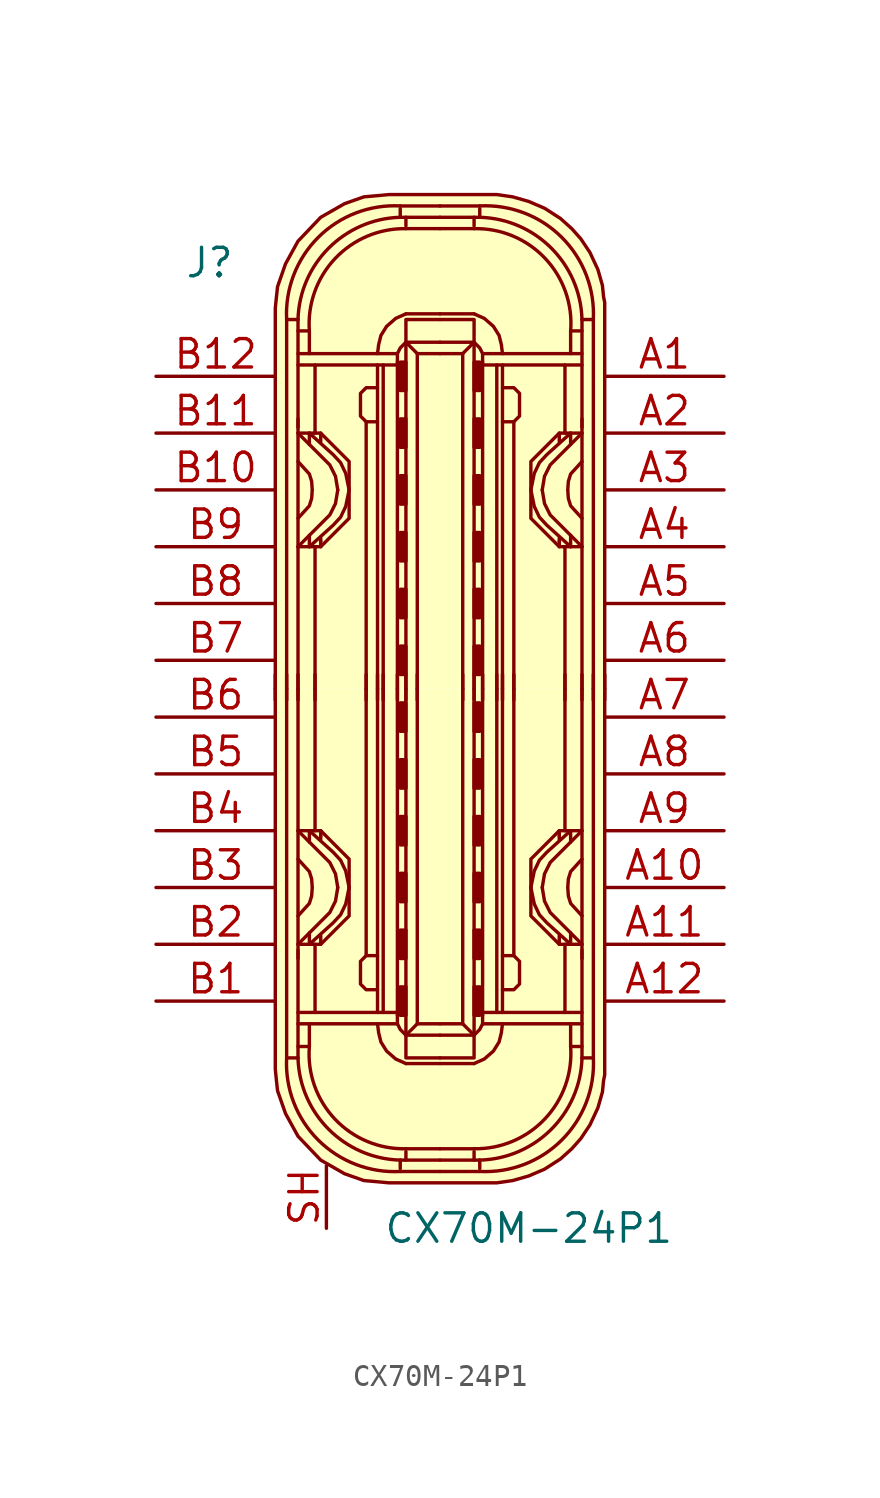
<source format=kicad_sym>
(kicad_symbol_lib
  (version 20220914)
  (generator kicad_symbol_editor)
  (symbol "CX70M-24P1"
    (pin_names
      (offset 1.016))
    (property "Reference" "J"
      (at -11.43 19.05 0)
      (effects (font (size 1.27 1.27)) (justify left)))
    (property "Value" "CX70M-24P1"
      (at -2.54 -24.13 0)
      (effects (font (size 1.27 1.27)) (justify left)))
    (symbol "CX70M-24P1_1_1"
      (arc (start -6.858 -16.51) (mid -5.4492 -20.1812) (end -1.778 -21.59) (stroke (width 0) (type default)) (fill (type none)))
      (arc (start -6.35 -16.51) (mid -4.9749 -19.7069) (end -1.778 -21.082) (stroke (width 0) (type default)) (fill (type none)))
      (arc (start -5.842 -16.002) (mid -4.6972 -19.2495) (end -1.524 -20.574) (stroke (width 0) (type default)) (fill (type none)))
      (rectangle (start -1.778 -14.605) (end -1.524 -13.335) (stroke (width 0) (type default)) (fill (type outline)))
      (rectangle (start -1.778 -12.065) (end -1.524 -10.795) (stroke (width 0) (type default)) (fill (type outline)))
      (rectangle (start -1.778 -9.525) (end -1.524 -8.255) (stroke (width 0) (type default)) (fill (type outline)))
      (rectangle (start -1.778 -6.985) (end -1.524 -5.715) (stroke (width 0) (type default)) (fill (type outline)))
      (rectangle (start -1.778 -4.445) (end -1.524 -3.175) (stroke (width 0) (type default)) (fill (type outline)))
      (rectangle (start -1.778 -1.905) (end -1.524 -0.635) (stroke (width 0) (type default)) (fill (type outline)))
      (rectangle (start -1.778 1.905) (end -1.524 0.635) (stroke (width 0) (type default)) (fill (type outline)))
      (rectangle (start -1.778 4.445) (end -1.524 3.175) (stroke (width 0) (type default)) (fill (type outline)))
      (rectangle (start -1.778 6.985) (end -1.524 5.715) (stroke (width 0) (type default)) (fill (type outline)))
      (rectangle (start -1.778 9.525) (end -1.524 8.255) (stroke (width 0) (type default)) (fill (type outline)))
      (rectangle (start -1.778 12.065) (end -1.524 10.795) (stroke (width 0) (type default)) (fill (type outline)))
      (rectangle (start -1.778 14.605) (end -1.524 13.335) (stroke (width 0) (type default)) (fill (type outline)))
      (arc (start -1.778 21.082) (mid -4.9749 19.7069) (end -6.35 16.51) (stroke (width 0) (type default)) (fill (type none)))
      (arc (start -1.778 21.59) (mid -5.4492 20.1812) (end -6.858 16.51) (stroke (width 0) (type default)) (fill (type none)))
      (arc (start -1.524 20.574) (mid -4.6883 19.2412) (end -5.842 16.002) (stroke (width 0) (type default)) (fill (type none)))
      (polyline (pts (xy -7.366 -0.508) (xy -7.366 0.635)) (stroke (width 0) (type default)) (fill (type none)))
      (polyline (pts (xy -6.858 -0.508) (xy -6.858 0.635)) (stroke (width 0) (type default)) (fill (type none)))
      (polyline (pts (xy -6.35 -14.986) (xy -1.905 -14.986)) (stroke (width 0) (type default)) (fill (type none)))
      (polyline (pts (xy -6.35 -12.065) (xy -6.35 0)) (stroke (width 0) (type default)) (fill (type none)))
      (polyline (pts (xy -6.35 -0.508) (xy -6.35 0.635)) (stroke (width 0) (type default)) (fill (type none)))
      (polyline (pts (xy -6.35 12.065) (xy -6.35 0)) (stroke (width 0) (type default)) (fill (type none)))
      (polyline (pts (xy -6.35 14.986) (xy -1.905 14.986)) (stroke (width 0) (type default)) (fill (type none)))
      (polyline (pts (xy -5.842 -11.43) (xy -5.842 -10.922)) (stroke (width 0) (type default)) (fill (type none)))
      (polyline (pts (xy -5.842 -6.35) (xy -5.842 -6.858)) (stroke (width 0) (type default)) (fill (type none)))
      (polyline (pts (xy -5.842 6.35) (xy -5.842 6.858)) (stroke (width 0) (type default)) (fill (type none)))
      (polyline (pts (xy -5.842 11.43) (xy -5.842 10.922)) (stroke (width 0) (type default)) (fill (type none)))
      (polyline (pts (xy -5.588 -14.478) (xy -5.588 -11.43)) (stroke (width 0) (type default)) (fill (type none)))
      (polyline (pts (xy -5.588 -6.35) (xy -5.588 0)) (stroke (width 0) (type default)) (fill (type none)))
      (polyline (pts (xy -5.588 -0.508) (xy -5.588 0.635)) (stroke (width 0) (type default)) (fill (type none)))
      (polyline (pts (xy -5.588 6.35) (xy -5.588 0)) (stroke (width 0) (type default)) (fill (type none)))
      (polyline (pts (xy -5.588 14.478) (xy -5.588 11.43)) (stroke (width 0) (type default)) (fill (type none)))
      (polyline (pts (xy -5.334 -11.43) (xy -5.334 -11.049)) (stroke (width 0) (type default)) (fill (type none)))
      (polyline (pts (xy -5.334 -6.604) (xy -5.334 -6.731)) (stroke (width 0) (type default)) (fill (type none)))
      (polyline (pts (xy -5.334 -6.35) (xy -5.334 -6.604)) (stroke (width 0) (type default)) (fill (type none)))
      (polyline (pts (xy -5.334 6.35) (xy -5.334 6.604)) (stroke (width 0) (type default)) (fill (type none)))
      (polyline (pts (xy -5.334 6.604) (xy -5.334 6.731)) (stroke (width 0) (type default)) (fill (type none)))
      (polyline (pts (xy -5.334 11.43) (xy -5.334 11.049)) (stroke (width 0) (type default)) (fill (type none)))
      (polyline (pts (xy -3.302 -0.508) (xy -3.302 0.635)) (stroke (width 0) (type default)) (fill (type none)))
      (polyline (pts (xy -3.302 0) (xy -3.302 -11.938)) (stroke (width 0) (type default)) (fill (type none)))
      (polyline (pts (xy -3.302 0) (xy -3.302 11.938)) (stroke (width 0) (type default)) (fill (type none)))
      (polyline (pts (xy -2.794 -0.508) (xy -2.794 0.635)) (stroke (width 0) (type default)) (fill (type none)))
      (polyline (pts (xy -2.794 0) (xy -2.794 -14.478)) (stroke (width 0) (type default)) (fill (type none)))
      (polyline (pts (xy -2.794 0) (xy -2.794 14.478)) (stroke (width 0) (type default)) (fill (type none)))
      (polyline (pts (xy -2.54 -14.478) (xy -2.54 0)) (stroke (width 0) (type default)) (fill (type none)))
      (polyline (pts (xy -2.54 -0.508) (xy -2.54 0.635)) (stroke (width 0) (type default)) (fill (type none)))
      (polyline (pts (xy -2.54 14.478) (xy -2.54 0)) (stroke (width 0) (type default)) (fill (type none)))
      (polyline (pts (xy -1.905 -14.478) (xy -6.35 -14.478)) (stroke (width 0) (type default)) (fill (type none)))
      (polyline (pts (xy -1.905 -0.508) (xy -1.905 0.635)) (stroke (width 0) (type default)) (fill (type none)))
      (polyline (pts (xy -1.905 0) (xy -1.905 -14.605)) (stroke (width 0) (type default)) (fill (type none)))
      (polyline (pts (xy -1.905 0) (xy -1.905 14.605)) (stroke (width 0) (type default)) (fill (type none)))
      (polyline (pts (xy -1.905 14.478) (xy -6.35 14.478)) (stroke (width 0) (type default)) (fill (type none)))
      (polyline (pts (xy -1.778 -21.59) (xy 0 -21.59)) (stroke (width 0) (type default)) (fill (type background)))
      (polyline (pts (xy -1.778 -21.082) (xy -1.778 -21.463)) (stroke (width 0) (type default)) (fill (type none)))
      (polyline (pts (xy -1.778 -21.082) (xy 0 -21.082)) (stroke (width 0) (type default)) (fill (type none)))
      (polyline (pts (xy -1.778 21.082) (xy -1.778 21.463)) (stroke (width 0) (type default)) (fill (type none)))
      (polyline (pts (xy -1.778 21.082) (xy 0 21.082)) (stroke (width 0) (type default)) (fill (type none)))
      (polyline (pts (xy -1.778 21.59) (xy 0 21.59)) (stroke (width 0) (type default)) (fill (type background)))
      (polyline (pts (xy -1.524 -20.701) (xy -1.524 -21.082)) (stroke (width 0) (type default)) (fill (type none)))
      (polyline (pts (xy -1.524 -20.574) (xy 0 -20.574)) (stroke (width 0) (type default)) (fill (type none)))
      (polyline (pts (xy -1.524 -0.508) (xy -1.524 0.635)) (stroke (width 0) (type default)) (fill (type none)))
      (polyline (pts (xy -1.524 20.574) (xy 0 20.574)) (stroke (width 0) (type default)) (fill (type none)))
      (polyline (pts (xy -1.524 20.701) (xy -1.524 21.082)) (stroke (width 0) (type default)) (fill (type none)))
      (polyline (pts (xy -1.016 -14.986) (xy -1.524 -15.494)) (stroke (width 0) (type default)) (fill (type none)))
      (polyline (pts (xy -1.016 -0.508) (xy -1.016 0.635)) (stroke (width 0) (type default)) (fill (type none)))
      (polyline (pts (xy -1.016 14.986) (xy -1.524 15.494)) (stroke (width 0) (type default)) (fill (type none)))
      (polyline (pts (xy 0 -16.764) (xy -1.524 -16.764)) (stroke (width 0) (type default)) (fill (type none)))
      (polyline (pts (xy 0 -16.764) (xy 1.524 -16.764)) (stroke (width 0) (type default)) (fill (type none)))
      (polyline (pts (xy 0 16.764) (xy -1.524 16.764)) (stroke (width 0) (type default)) (fill (type none)))
      (polyline (pts (xy 0 16.764) (xy 1.524 16.764)) (stroke (width 0) (type default)) (fill (type none)))
      (polyline (pts (xy 1.016 -14.986) (xy 1.524 -15.494)) (stroke (width 0) (type default)) (fill (type none)))
      (polyline (pts (xy 1.016 -0.508) (xy 1.016 0.635)) (stroke (width 0) (type default)) (fill (type none)))
      (polyline (pts (xy 1.016 14.986) (xy 1.524 15.494)) (stroke (width 0) (type default)) (fill (type none)))
      (polyline (pts (xy 1.524 -20.701) (xy 1.524 -21.082)) (stroke (width 0) (type default)) (fill (type none)))
      (polyline (pts (xy 1.524 -20.574) (xy 0 -20.574)) (stroke (width 0) (type default)) (fill (type none)))
      (polyline (pts (xy 1.524 -0.508) (xy 1.524 0.635)) (stroke (width 0) (type default)) (fill (type none)))
      (polyline (pts (xy 1.524 20.574) (xy 0 20.574)) (stroke (width 0) (type default)) (fill (type none)))
      (polyline (pts (xy 1.524 20.701) (xy 1.524 21.082)) (stroke (width 0) (type default)) (fill (type none)))
      (polyline (pts (xy 1.778 -21.59) (xy 0 -21.59)) (stroke (width 0) (type default)) (fill (type background)))
      (polyline (pts (xy 1.778 -21.082) (xy 0 -21.082)) (stroke (width 0) (type default)) (fill (type none)))
      (polyline (pts (xy 1.778 -21.082) (xy 1.778 -21.463)) (stroke (width 0) (type default)) (fill (type none)))
      (polyline (pts (xy 1.778 21.082) (xy 0 21.082)) (stroke (width 0) (type default)) (fill (type none)))
      (polyline (pts (xy 1.778 21.082) (xy 1.778 21.463)) (stroke (width 0) (type default)) (fill (type none)))
      (polyline (pts (xy 1.778 21.59) (xy 0 21.59)) (stroke (width 0) (type default)) (fill (type background)))
      (polyline (pts (xy 1.905 -14.478) (xy 6.35 -14.478)) (stroke (width 0) (type default)) (fill (type none)))
      (polyline (pts (xy 1.905 -0.508) (xy 1.905 0.635)) (stroke (width 0) (type default)) (fill (type none)))
      (polyline (pts (xy 1.905 0) (xy 1.905 -14.605)) (stroke (width 0) (type default)) (fill (type none)))
      (polyline (pts (xy 1.905 0) (xy 1.905 14.605)) (stroke (width 0) (type default)) (fill (type none)))
      (polyline (pts (xy 1.905 14.478) (xy 6.35 14.478)) (stroke (width 0) (type default)) (fill (type none)))
      (polyline (pts (xy 2.54 -14.478) (xy 2.54 0)) (stroke (width 0) (type default)) (fill (type none)))
      (polyline (pts (xy 2.54 -0.508) (xy 2.54 0.635)) (stroke (width 0) (type default)) (fill (type none)))
      (polyline (pts (xy 2.54 14.478) (xy 2.54 0)) (stroke (width 0) (type default)) (fill (type none)))
      (polyline (pts (xy 2.794 -0.508) (xy 2.794 0.635)) (stroke (width 0) (type default)) (fill (type none)))
      (polyline (pts (xy 2.794 0) (xy 2.794 -14.478)) (stroke (width 0) (type default)) (fill (type none)))
      (polyline (pts (xy 2.794 0) (xy 2.794 14.478)) (stroke (width 0) (type default)) (fill (type none)))
      (polyline (pts (xy 3.302 -0.508) (xy 3.302 0.635)) (stroke (width 0) (type default)) (fill (type none)))
      (polyline (pts (xy 3.302 0) (xy 3.302 -11.938)) (stroke (width 0) (type default)) (fill (type none)))
      (polyline (pts (xy 3.302 0) (xy 3.302 11.938)) (stroke (width 0) (type default)) (fill (type none)))
      (polyline (pts (xy 5.334 -11.43) (xy 5.334 -11.049)) (stroke (width 0) (type default)) (fill (type none)))
      (polyline (pts (xy 5.334 -6.604) (xy 5.334 -6.731)) (stroke (width 0) (type default)) (fill (type none)))
      (polyline (pts (xy 5.334 -6.35) (xy 5.334 -6.604)) (stroke (width 0) (type default)) (fill (type none)))
      (polyline (pts (xy 5.334 6.35) (xy 5.334 6.604)) (stroke (width 0) (type default)) (fill (type none)))
      (polyline (pts (xy 5.334 6.604) (xy 5.334 6.731)) (stroke (width 0) (type default)) (fill (type none)))
      (polyline (pts (xy 5.334 11.43) (xy 5.334 11.049)) (stroke (width 0) (type default)) (fill (type none)))
      (polyline (pts (xy 5.588 -14.478) (xy 5.588 -11.43)) (stroke (width 0) (type default)) (fill (type none)))
      (polyline (pts (xy 5.588 -6.35) (xy 5.588 0)) (stroke (width 0) (type default)) (fill (type none)))
      (polyline (pts (xy 5.588 -0.508) (xy 5.588 0.635)) (stroke (width 0) (type default)) (fill (type none)))
      (polyline (pts (xy 5.588 6.35) (xy 5.588 0)) (stroke (width 0) (type default)) (fill (type none)))
      (polyline (pts (xy 5.588 14.478) (xy 5.588 11.43)) (stroke (width 0) (type default)) (fill (type none)))
      (polyline (pts (xy 5.842 -11.43) (xy 5.842 -10.922)) (stroke (width 0) (type default)) (fill (type none)))
      (polyline (pts (xy 5.842 -6.35) (xy 5.842 -6.858)) (stroke (width 0) (type default)) (fill (type none)))
      (polyline (pts (xy 5.842 6.35) (xy 5.842 6.858)) (stroke (width 0) (type default)) (fill (type none)))
      (polyline (pts (xy 5.842 11.43) (xy 5.842 10.922)) (stroke (width 0) (type default)) (fill (type none)))
      (polyline (pts (xy 6.35 -14.986) (xy 1.905 -14.986)) (stroke (width 0) (type default)) (fill (type none)))
      (polyline (pts (xy 6.35 -12.065) (xy 6.35 0)) (stroke (width 0) (type default)) (fill (type none)))
      (polyline (pts (xy 6.35 -0.508) (xy 6.35 0.635)) (stroke (width 0) (type default)) (fill (type none)))
      (polyline (pts (xy 6.35 12.065) (xy 6.35 0)) (stroke (width 0) (type default)) (fill (type none)))
      (polyline (pts (xy 6.35 14.986) (xy 1.905 14.986)) (stroke (width 0) (type default)) (fill (type none)))
      (polyline (pts (xy 6.858 -0.508) (xy 6.858 0.635)) (stroke (width 0) (type default)) (fill (type none)))
      (polyline (pts (xy 7.366 -0.508) (xy 7.366 0.635)) (stroke (width 0) (type default)) (fill (type none)))
      (polyline (pts (xy -6.35 -16.51) (xy -6.858 -16.51) (xy -6.858 0)) (stroke (width 0) (type default)) (fill (type none)))
      (polyline (pts (xy -6.35 -11.684) (xy -6.35 -15.875) (xy -6.35 -16.51)) (stroke (width 0) (type default)) (fill (type none)))
      (polyline (pts (xy -6.35 11.684) (xy -6.35 15.875) (xy -6.35 16.51)) (stroke (width 0) (type default)) (fill (type none)))
      (polyline (pts (xy -6.35 16.51) (xy -6.858 16.51) (xy -6.858 0)) (stroke (width 0) (type default)) (fill (type none)))
      (polyline (pts (xy -5.842 -14.986) (xy -5.842 -16.002) (xy -6.35 -16.002)) (stroke (width 0) (type default)) (fill (type none)))
      (polyline (pts (xy -5.842 14.986) (xy -5.842 16.002) (xy -6.35 16.002)) (stroke (width 0) (type default)) (fill (type none)))
      (polyline (pts (xy -1.524 0) (xy -1.524 -15.494) (xy 0 -15.494)) (stroke (width 0) (type default)) (fill (type none)))
      (polyline (pts (xy -1.524 0) (xy -1.524 15.494) (xy 0 15.494)) (stroke (width 0) (type default)) (fill (type none)))
      (polyline (pts (xy -1.016 0) (xy -1.016 -14.986) (xy 0 -14.986)) (stroke (width 0) (type default)) (fill (type none)))
      (polyline (pts (xy -1.016 0) (xy -1.016 14.986) (xy 0 14.986)) (stroke (width 0) (type default)) (fill (type none)))
      (polyline (pts (xy 1.016 0) (xy 1.016 -14.986) (xy 0 -14.986)) (stroke (width 0) (type default)) (fill (type none)))
      (polyline (pts (xy 1.016 0) (xy 1.016 14.986) (xy 0 14.986)) (stroke (width 0) (type default)) (fill (type none)))
      (polyline (pts (xy 1.524 0) (xy 1.524 -15.494) (xy 0 -15.494)) (stroke (width 0) (type default)) (fill (type none)))
      (polyline (pts (xy 1.524 0) (xy 1.524 15.494) (xy 0 15.494)) (stroke (width 0) (type default)) (fill (type none)))
      (polyline (pts (xy 5.842 -14.986) (xy 5.842 -16.002) (xy 6.35 -16.002)) (stroke (width 0) (type default)) (fill (type none)))
      (polyline (pts (xy 5.842 14.986) (xy 5.842 16.002) (xy 6.35 16.002)) (stroke (width 0) (type default)) (fill (type none)))
      (polyline (pts (xy 6.35 -16.51) (xy 6.858 -16.51) (xy 6.858 0)) (stroke (width 0) (type default)) (fill (type none)))
      (polyline (pts (xy 6.35 -11.684) (xy 6.35 -15.875) (xy 6.35 -16.51)) (stroke (width 0) (type default)) (fill (type none)))
      (polyline (pts (xy 6.35 11.684) (xy 6.35 15.875) (xy 6.35 16.51)) (stroke (width 0) (type default)) (fill (type none)))
      (polyline (pts (xy 6.35 16.51) (xy 6.858 16.51) (xy 6.858 0)) (stroke (width 0) (type default)) (fill (type none)))
      (polyline (pts (xy -6.35 -11.43) (xy -4.928 -10.008) (xy -4.674 -9.5) (xy -4.572 -8.89)) (stroke (width 0) (type default)) (fill (type none)))
      (polyline (pts (xy -6.35 -10.16) (xy -5.842 -9.601) (xy -5.74 -9.271) (xy -5.715 -8.915)) (stroke (width 0) (type default)) (fill (type none)))
      (polyline (pts (xy -6.35 -7.62) (xy -5.842 -8.179) (xy -5.74 -8.509) (xy -5.715 -8.865)) (stroke (width 0) (type default)) (fill (type none)))
      (polyline (pts (xy -6.35 -6.35) (xy -4.928 -7.772) (xy -4.674 -8.28) (xy -4.572 -8.89)) (stroke (width 0) (type default)) (fill (type none)))
      (polyline (pts (xy -6.35 6.35) (xy -4.928 7.772) (xy -4.674 8.28) (xy -4.572 8.89)) (stroke (width 0) (type default)) (fill (type none)))
      (polyline (pts (xy -6.35 7.62) (xy -5.842 8.179) (xy -5.74 8.509) (xy -5.715 8.865)) (stroke (width 0) (type default)) (fill (type none)))
      (polyline (pts (xy -6.35 10.16) (xy -5.842 9.601) (xy -5.74 9.271) (xy -5.715 8.915)) (stroke (width 0) (type default)) (fill (type none)))
      (polyline (pts (xy -6.35 11.43) (xy -4.928 10.008) (xy -4.674 9.5) (xy -4.572 8.89)) (stroke (width 0) (type default)) (fill (type none)))
      (polyline (pts (xy -1.905 -14.605) (xy -1.905 -14.986) (xy -1.778 -15.24) (xy -1.524 -15.494)) (stroke (width 0) (type default)) (fill (type none)))
      (polyline (pts (xy -1.905 14.605) (xy -1.905 14.986) (xy -1.778 15.24) (xy -1.524 15.494)) (stroke (width 0) (type default)) (fill (type none)))
      (polyline (pts (xy 0 -16.51) (xy -1.397 -16.51) (xy -1.524 -16.51) (xy -1.524 -15.494)) (stroke (width 0) (type default)) (fill (type none)))
      (polyline (pts (xy 0 -16.51) (xy 1.397 -16.51) (xy 1.524 -16.51) (xy 1.524 -15.494)) (stroke (width 0) (type default)) (fill (type none)))
      (polyline (pts (xy 0 16.51) (xy -1.397 16.51) (xy -1.524 16.51) (xy -1.524 15.494)) (stroke (width 0) (type default)) (fill (type none)))
      (polyline (pts (xy 0 16.51) (xy 1.397 16.51) (xy 1.524 16.51) (xy 1.524 15.494)) (stroke (width 0) (type default)) (fill (type none)))
      (polyline (pts (xy 1.905 -14.605) (xy 1.905 -14.986) (xy 1.778 -15.24) (xy 1.524 -15.494)) (stroke (width 0) (type default)) (fill (type none)))
      (polyline (pts (xy 1.905 14.605) (xy 1.905 14.986) (xy 1.778 15.24) (xy 1.524 15.494)) (stroke (width 0) (type default)) (fill (type none)))
      (polyline (pts (xy 6.35 -11.43) (xy 4.928 -10.008) (xy 4.674 -9.5) (xy 4.572 -8.89)) (stroke (width 0) (type default)) (fill (type none)))
      (polyline (pts (xy 6.35 -10.16) (xy 5.842 -9.601) (xy 5.74 -9.271) (xy 5.715 -8.915)) (stroke (width 0) (type default)) (fill (type none)))
      (polyline (pts (xy 6.35 -7.62) (xy 5.842 -8.179) (xy 5.74 -8.509) (xy 5.715 -8.865)) (stroke (width 0) (type default)) (fill (type none)))
      (polyline (pts (xy 6.35 -6.35) (xy 4.928 -7.772) (xy 4.674 -8.28) (xy 4.572 -8.89)) (stroke (width 0) (type default)) (fill (type none)))
      (polyline (pts (xy 6.35 6.35) (xy 4.928 7.772) (xy 4.674 8.28) (xy 4.572 8.89)) (stroke (width 0) (type default)) (fill (type none)))
      (polyline (pts (xy 6.35 7.62) (xy 5.842 8.179) (xy 5.74 8.509) (xy 5.715 8.865)) (stroke (width 0) (type default)) (fill (type none)))
      (polyline (pts (xy 6.35 10.16) (xy 5.842 9.601) (xy 5.74 9.271) (xy 5.715 8.915)) (stroke (width 0) (type default)) (fill (type none)))
      (polyline (pts (xy 6.35 11.43) (xy 4.928 10.008) (xy 4.674 9.5) (xy 4.572 8.89)) (stroke (width 0) (type default)) (fill (type none)))
      (polyline (pts (xy -5.842 -11.43) (xy -4.775 -10.465) (xy -4.445 -10.109) (xy -4.216 -9.627) (xy -4.064 -8.89)) (stroke (width 0) (type default)) (fill (type none)))
      (polyline (pts (xy -5.842 -6.35) (xy -4.775 -7.315) (xy -4.445 -7.671) (xy -4.216 -8.153) (xy -4.064 -8.89)) (stroke (width 0) (type default)) (fill (type none)))
      (polyline (pts (xy -5.842 6.35) (xy -4.775 7.315) (xy -4.445 7.671) (xy -4.216 8.153) (xy -4.064 8.89)) (stroke (width 0) (type default)) (fill (type none)))
      (polyline (pts (xy -5.842 11.43) (xy -4.775 10.465) (xy -4.445 10.109) (xy -4.216 9.627) (xy -4.064 8.89)) (stroke (width 0) (type default)) (fill (type none)))
      (polyline (pts (xy 5.842 -11.43) (xy 4.775 -10.465) (xy 4.445 -10.109) (xy 4.216 -9.627) (xy 4.064 -8.89)) (stroke (width 0) (type default)) (fill (type none)))
      (polyline (pts (xy 5.842 -6.35) (xy 4.775 -7.315) (xy 4.445 -7.671) (xy 4.216 -8.153) (xy 4.064 -8.89)) (stroke (width 0) (type default)) (fill (type none)))
      (polyline (pts (xy 5.842 6.35) (xy 4.775 7.315) (xy 4.445 7.671) (xy 4.216 8.153) (xy 4.064 8.89)) (stroke (width 0) (type default)) (fill (type none)))
      (polyline (pts (xy 5.842 11.43) (xy 4.775 10.465) (xy 4.445 10.109) (xy 4.216 9.627) (xy 4.064 8.89)) (stroke (width 0) (type default)) (fill (type none)))
      (polyline (pts (xy -6.35 -11.43) (xy -5.334 -11.43) (xy -4.064 -10.16) (xy -4.064 -7.62) (xy -5.334 -6.35) (xy -6.35 -6.35)) (stroke (width 0) (type default)) (fill (type none)))
      (polyline (pts (xy -6.35 11.43) (xy -5.334 11.43) (xy -4.064 10.16) (xy -4.064 7.62) (xy -5.334 6.35) (xy -6.35 6.35)) (stroke (width 0) (type default)) (fill (type none)))
      (polyline (pts (xy -2.794 -14.986) (xy -2.743 -15.392) (xy -2.642 -15.799) (xy -2.388 -16.205) (xy -1.981 -16.561) (xy -1.524 -16.764)) (stroke (width 0) (type default)) (fill (type none)))
      (polyline (pts (xy -2.794 -13.462) (xy -3.302 -13.462) (xy -3.556 -13.208) (xy -3.556 -12.192) (xy -3.302 -11.938) (xy -2.794 -11.938)) (stroke (width 0) (type default)) (fill (type none)))
      (polyline (pts (xy -2.794 13.462) (xy -3.302 13.462) (xy -3.556 13.208) (xy -3.556 12.192) (xy -3.302 11.938) (xy -2.794 11.938)) (stroke (width 0) (type default)) (fill (type none)))
      (polyline (pts (xy -2.794 14.986) (xy -2.743 15.392) (xy -2.642 15.799) (xy -2.388 16.205) (xy -1.981 16.561) (xy -1.524 16.764)) (stroke (width 0) (type default)) (fill (type none)))
      (polyline (pts (xy 2.794 -14.986) (xy 2.743 -15.392) (xy 2.642 -15.799) (xy 2.388 -16.205) (xy 1.981 -16.561) (xy 1.524 -16.764)) (stroke (width 0) (type default)) (fill (type none)))
      (polyline (pts (xy 2.794 -13.462) (xy 3.302 -13.462) (xy 3.556 -13.208) (xy 3.556 -12.192) (xy 3.302 -11.938) (xy 2.794 -11.938)) (stroke (width 0) (type default)) (fill (type none)))
      (polyline (pts (xy 2.794 13.462) (xy 3.302 13.462) (xy 3.556 13.208) (xy 3.556 12.192) (xy 3.302 11.938) (xy 2.794 11.938)) (stroke (width 0) (type default)) (fill (type none)))
      (polyline (pts (xy 2.794 14.986) (xy 2.743 15.392) (xy 2.642 15.799) (xy 2.388 16.205) (xy 1.981 16.561) (xy 1.524 16.764)) (stroke (width 0) (type default)) (fill (type none)))
      (polyline (pts (xy 6.35 -11.43) (xy 5.334 -11.43) (xy 4.064 -10.16) (xy 4.064 -7.62) (xy 5.334 -6.35) (xy 6.35 -6.35)) (stroke (width 0) (type default)) (fill (type none)))
      (polyline (pts (xy 6.35 11.43) (xy 5.334 11.43) (xy 4.064 10.16) (xy 4.064 7.62) (xy 5.334 6.35) (xy 6.35 6.35)) (stroke (width 0) (type default)) (fill (type none)))
      (polyline (pts (xy 7.366 0) (xy 7.366 -17.018) (xy 7.366 -17.272) (xy 7.315 -17.526) (xy 7.264 -18.034) (xy 7.061 -18.745) (xy 6.706 -19.507) (xy 6.299 -20.117) (xy 5.893 -20.574) (xy 5.385 -21.031) (xy 4.674 -21.488) (xy 3.962 -21.793) (xy 3.251 -21.996) (xy 2.54 -22.098) (xy -2.286 -22.098) (xy -3.404 -21.996) (xy -4.267 -21.692) (xy -5.334 -21.082) (xy -6.35 -20.015) (xy -6.909 -18.999) (xy -7.264 -17.983) (xy -7.315 -17.526) (xy -7.366 -17.018) (xy -7.366 0)) (stroke (width 0) (type default)) (fill (type background)))
      (polyline (pts (xy 7.366 0) (xy 7.366 17.018) (xy 7.366 17.272) (xy 7.315 17.526) (xy 7.264 18.034) (xy 7.061 18.745) (xy 6.706 19.507) (xy 6.299 20.117) (xy 5.893 20.574) (xy 5.385 21.031) (xy 4.674 21.488) (xy 3.962 21.793) (xy 3.251 21.996) (xy 2.54 22.098) (xy -2.286 22.098) (xy -3.404 21.996) (xy -4.267 21.692) (xy -5.334 21.082) (xy -6.35 20.015) (xy -6.909 18.999) (xy -7.264 17.983) (xy -7.315 17.526) (xy -7.366 17.018) (xy -7.366 0)) (stroke (width 0) (type default)) (fill (type background)))
      (arc (start 1.524 -20.574) (mid 4.6883 -19.2412) (end 5.842 -16.002) (stroke (width 0) (type default)) (fill (type none)))
      (arc (start 1.778 -21.59) (mid 5.4492 -20.1812) (end 6.858 -16.51) (stroke (width 0) (type default)) (fill (type none)))
      (arc (start 1.778 -21.082) (mid 4.9749 -19.7069) (end 6.35 -16.51) (stroke (width 0) (type default)) (fill (type none)))
      (rectangle (start 1.778 -14.605) (end 1.524 -13.335) (stroke (width 0) (type default)) (fill (type outline)))
      (rectangle (start 1.778 -12.065) (end 1.524 -10.795) (stroke (width 0) (type default)) (fill (type outline)))
      (rectangle (start 1.778 -9.525) (end 1.524 -8.255) (stroke (width 0) (type default)) (fill (type outline)))
      (rectangle (start 1.778 -6.985) (end 1.524 -5.715) (stroke (width 0) (type default)) (fill (type outline)))
      (rectangle (start 1.778 -4.445) (end 1.524 -3.175) (stroke (width 0) (type default)) (fill (type outline)))
      (rectangle (start 1.778 -1.905) (end 1.524 -0.635) (stroke (width 0) (type default)) (fill (type outline)))
      (rectangle (start 1.778 1.905) (end 1.524 0.635) (stroke (width 0) (type default)) (fill (type outline)))
      (rectangle (start 1.778 4.445) (end 1.524 3.175) (stroke (width 0) (type default)) (fill (type outline)))
      (rectangle (start 1.778 6.985) (end 1.524 5.715) (stroke (width 0) (type default)) (fill (type outline)))
      (rectangle (start 1.778 9.525) (end 1.524 8.255) (stroke (width 0) (type default)) (fill (type outline)))
      (rectangle (start 1.778 12.065) (end 1.524 10.795) (stroke (width 0) (type default)) (fill (type outline)))
      (rectangle (start 1.778 14.605) (end 1.524 13.335) (stroke (width 0) (type default)) (fill (type outline)))
      (arc (start 5.842 16.002) (mid 4.6972 19.2495) (end 1.524 20.574) (stroke (width 0) (type default)) (fill (type none)))
      (arc (start 6.35 16.51) (mid 4.9749 19.7069) (end 1.778 21.082) (stroke (width 0) (type default)) (fill (type none)))
      (arc (start 6.858 16.51) (mid 5.4492 20.1812) (end 1.778 21.59) (stroke (width 0) (type default)) (fill (type none)))
      (pin passive line (at 12.7 13.97 180) (length 5.334) (name "~" (effects (font (size 1.27 1.27)))) (number "A1" (effects (font (size 1.27 1.27)))))
      (pin passive line (at 12.7 -8.89 180) (length 5.334) (name "~" (effects (font (size 1.27 1.27)))) (number "A10" (effects (font (size 1.27 1.27)))))
      (pin passive line (at 12.7 -11.43 180) (length 5.334) (name "~" (effects (font (size 1.27 1.27)))) (number "A11" (effects (font (size 1.27 1.27)))))
      (pin passive line (at 12.7 -13.97 180) (length 5.334) (name "~" (effects (font (size 1.27 1.27)))) (number "A12" (effects (font (size 1.27 1.27)))))
      (pin passive line (at 12.7 11.43 180) (length 5.334) (name "~" (effects (font (size 1.27 1.27)))) (number "A2" (effects (font (size 1.27 1.27)))))
      (pin passive line (at 12.7 8.89 180) (length 5.334) (name "~" (effects (font (size 1.27 1.27)))) (number "A3" (effects (font (size 1.27 1.27)))))
      (pin passive line (at 12.7 6.35 180) (length 5.334) (name "~" (effects (font (size 1.27 1.27)))) (number "A4" (effects (font (size 1.27 1.27)))))
      (pin passive line (at 12.7 3.81 180) (length 5.334) (name "~" (effects (font (size 1.27 1.27)))) (number "A5" (effects (font (size 1.27 1.27)))))
      (pin passive line (at 12.7 1.27 180) (length 5.334) (name "~" (effects (font (size 1.27 1.27)))) (number "A6" (effects (font (size 1.27 1.27)))))
      (pin passive line (at 12.7 -1.27 180) (length 5.334) (name "~" (effects (font (size 1.27 1.27)))) (number "A7" (effects (font (size 1.27 1.27)))))
      (pin passive line (at 12.7 -3.81 180) (length 5.334) (name "~" (effects (font (size 1.27 1.27)))) (number "A8" (effects (font (size 1.27 1.27)))))
      (pin passive line (at 12.7 -6.35 180) (length 5.334) (name "~" (effects (font (size 1.27 1.27)))) (number "A9" (effects (font (size 1.27 1.27)))))
      (pin passive line (at -12.7 -13.97 0) (length 5.334) (name "~" (effects (font (size 1.27 1.27)))) (number "B1" (effects (font (size 1.27 1.27)))))
      (pin passive line (at -12.7 8.89 0) (length 5.334) (name "~" (effects (font (size 1.27 1.27)))) (number "B10" (effects (font (size 1.27 1.27)))))
      (pin passive line (at -12.7 11.43 0) (length 5.334) (name "~" (effects (font (size 1.27 1.27)))) (number "B11" (effects (font (size 1.27 1.27)))))
      (pin passive line (at -12.7 13.97 0) (length 5.334) (name "~" (effects (font (size 1.27 1.27)))) (number "B12" (effects (font (size 1.27 1.27)))))
      (pin passive line (at -12.7 -11.43 0) (length 5.334) (name "~" (effects (font (size 1.27 1.27)))) (number "B2" (effects (font (size 1.27 1.27)))))
      (pin passive line (at -12.7 -8.89 0) (length 5.334) (name "~" (effects (font (size 1.27 1.27)))) (number "B3" (effects (font (size 1.27 1.27)))))
      (pin passive line (at -12.7 -6.35 0) (length 5.334) (name "~" (effects (font (size 1.27 1.27)))) (number "B4" (effects (font (size 1.27 1.27)))))
      (pin passive line (at -12.7 -3.81 0) (length 5.334) (name "~" (effects (font (size 1.27 1.27)))) (number "B5" (effects (font (size 1.27 1.27)))))
      (pin passive line (at -12.7 -1.27 0) (length 5.334) (name "~" (effects (font (size 1.27 1.27)))) (number "B6" (effects (font (size 1.27 1.27)))))
      (pin passive line (at -12.7 1.27 0) (length 5.334) (name "~" (effects (font (size 1.27 1.27)))) (number "B7" (effects (font (size 1.27 1.27)))))
      (pin passive line (at -12.7 3.81 0) (length 5.334) (name "~" (effects (font (size 1.27 1.27)))) (number "B8" (effects (font (size 1.27 1.27)))))
      (pin passive line (at -12.7 6.35 0) (length 5.334) (name "~" (effects (font (size 1.27 1.27)))) (number "B9" (effects (font (size 1.27 1.27)))))
      (pin input line (at -5.08 -24.13 90) (length 2.794) (name "~" (effects (font (size 1.27 1.27)))) (number "SH" (effects (font (size 1.27 1.27))))))))
</source>
